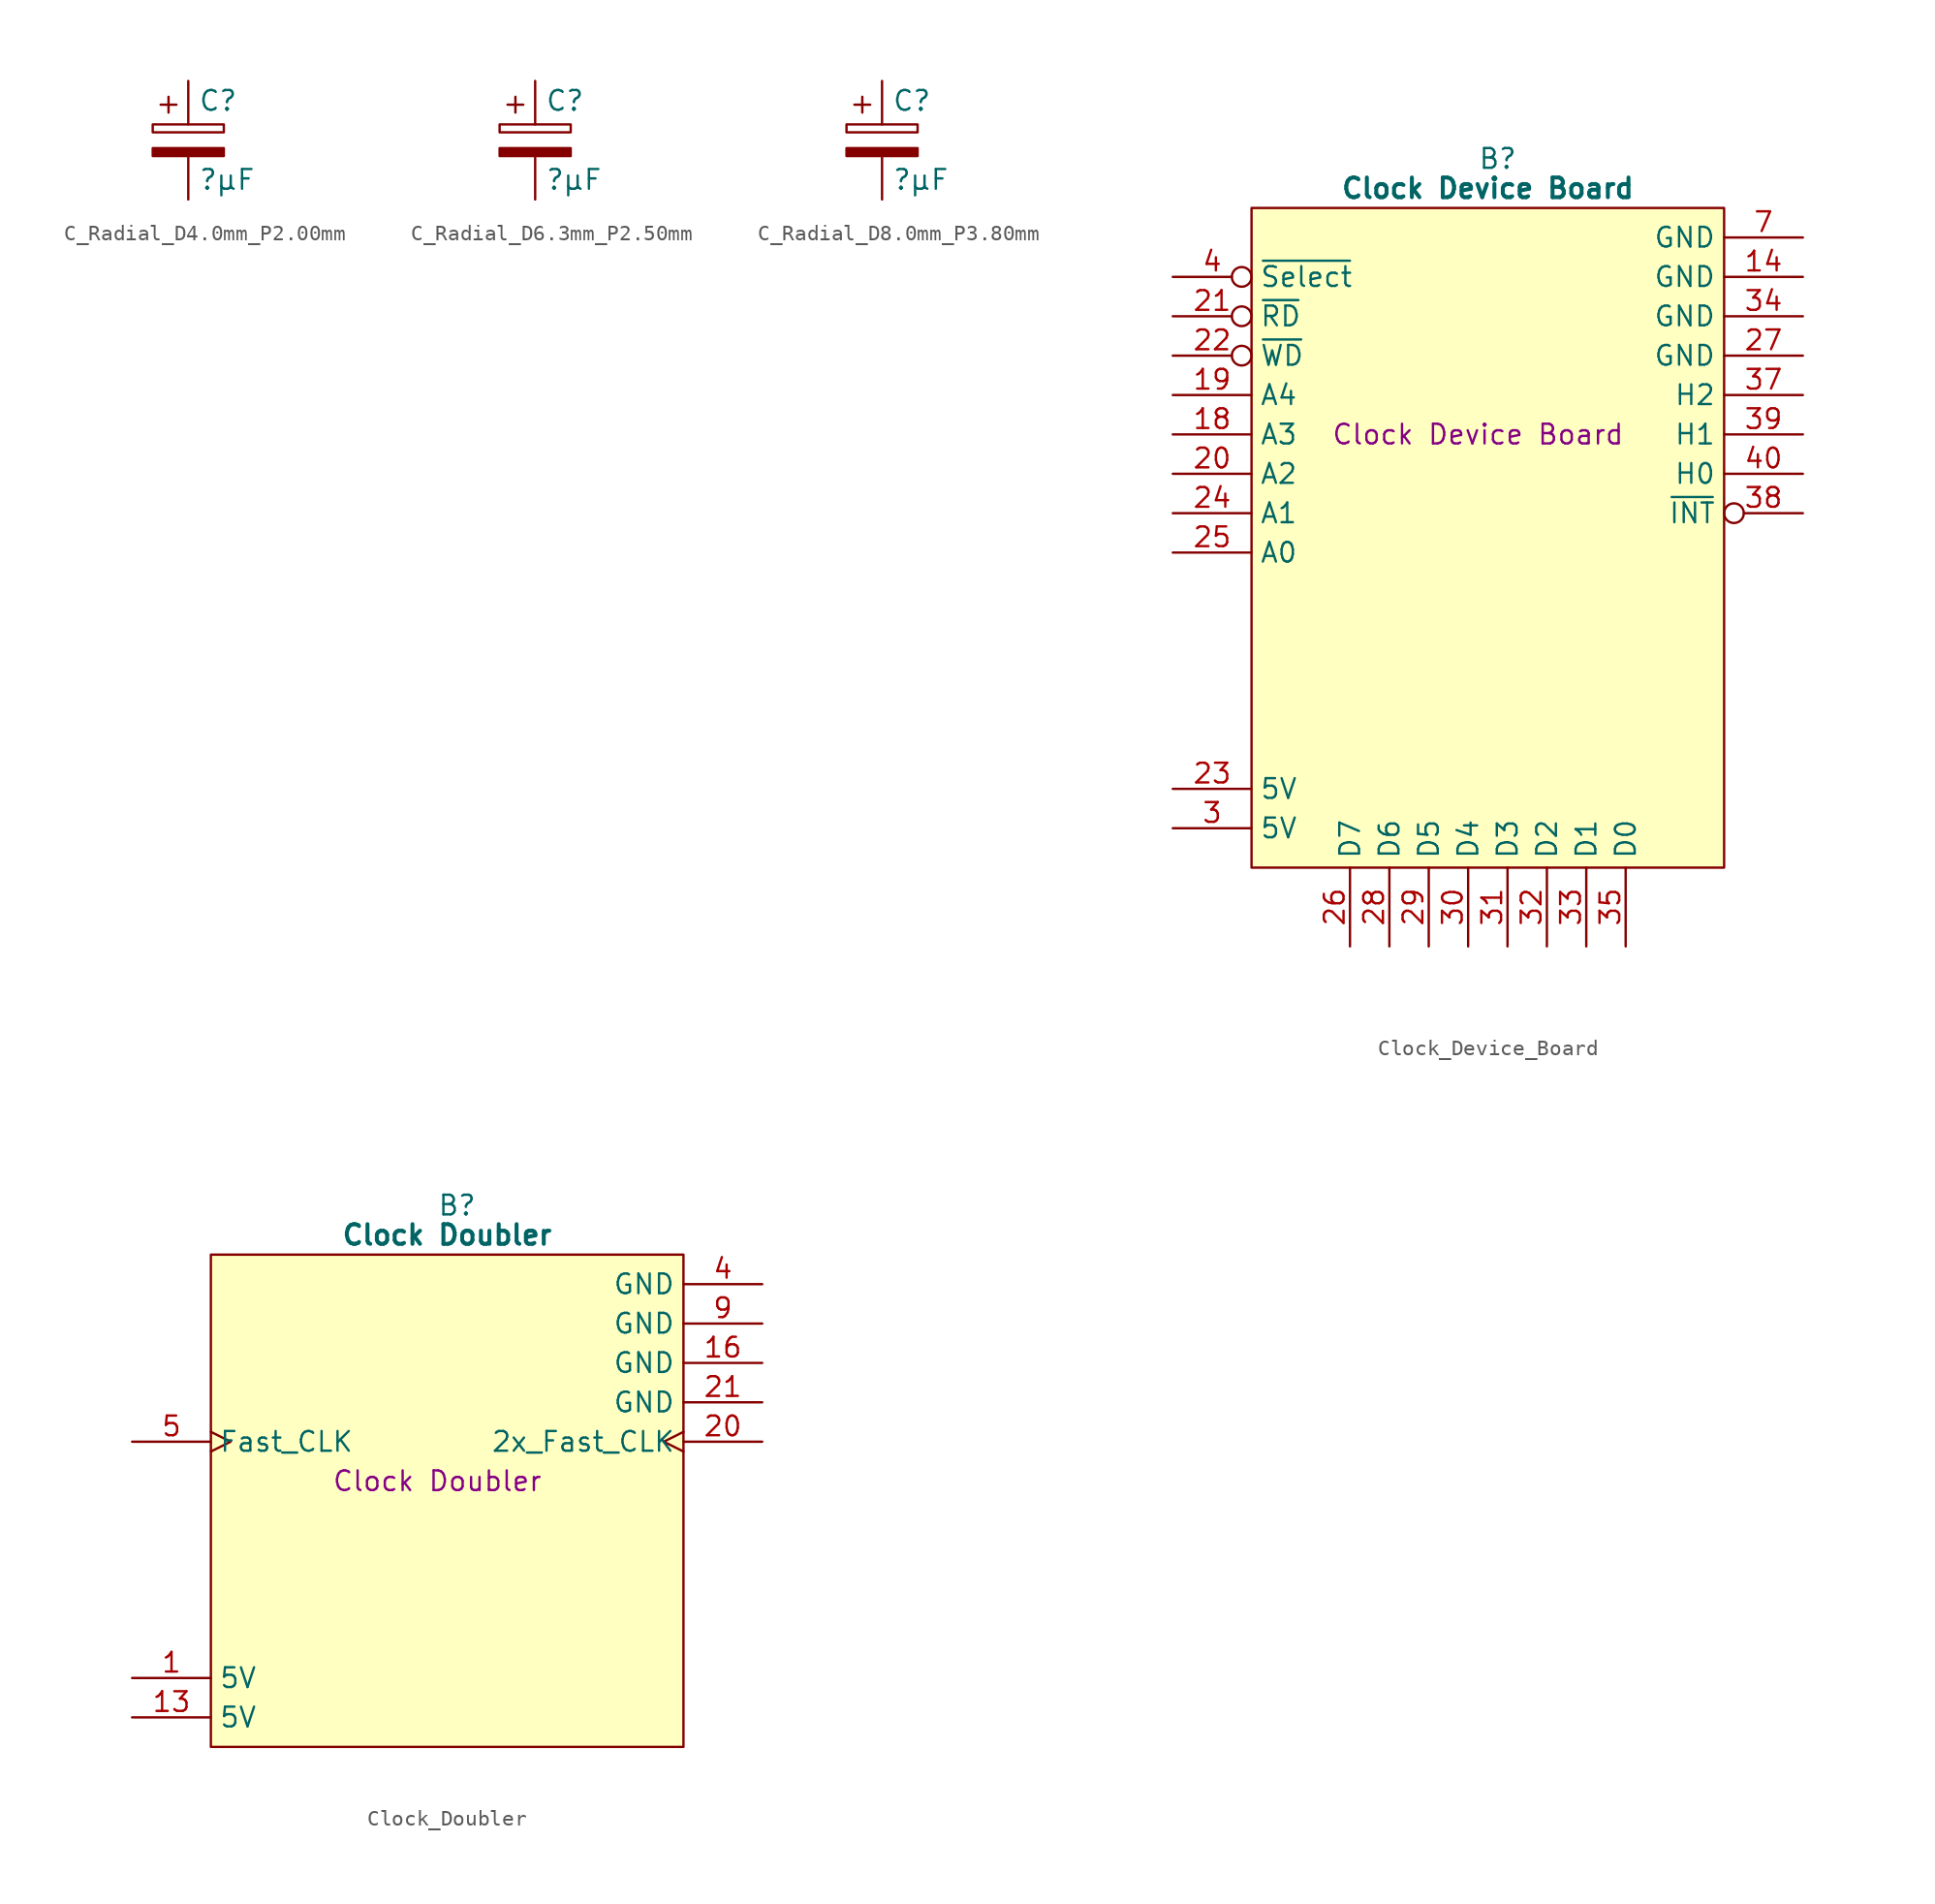
<source format=kicad_sym>
(kicad_symbol_lib
  (version 20241209)
  (generator "kicad_symbol_editor")
  (generator_version "9.0")
  (symbol "C_Radial_D4.0mm_P2.00mm"
    (pin_numbers
      (hide yes))
    (pin_names
      (offset 0.254))
    (property "Reference" "C"
      (at 0.635 2.54 0)
      (effects (font (size 1.27 1.27)) (justify left)))
    (property "Value" "?μF"
      (at 0.635 -2.54 0)
      (effects (font (size 1.27 1.27)) (justify left)))
    (symbol "C_Radial_D4.0mm_P2.00mm_0_1"
      (rectangle (start -2.286 0.508) (end 2.286 1.016) (stroke (width 0) (type default)) (fill (type none)))
      (polyline (pts (xy -1.778 2.286) (xy -0.762 2.286)) (stroke (width 0) (type default)) (fill (type none)))
      (polyline (pts (xy -1.27 2.794) (xy -1.27 1.778)) (stroke (width 0) (type default)) (fill (type none)))
      (rectangle (start 2.286 -0.508) (end -2.286 -1.016) (stroke (width 0) (type default)) (fill (type outline))))
    (symbol "C_Radial_D4.0mm_P2.00mm_1_1"
      (pin passive line (at 0 3.81 270) (length 2.794) (name "~" (effects (font (size 1.27 1.27)))) (number "1" (effects (font (size 1.27 1.27)))))
      (pin passive line (at 0 -3.81 90) (length 2.794) (name "~" (effects (font (size 1.27 1.27)))) (number "2" (effects (font (size 1.27 1.27)))))))
  (symbol "C_Radial_D6.3mm_P2.50mm"
    (pin_numbers
      (hide yes))
    (pin_names
      (offset 0.254))
    (property "Reference" "C"
      (at 0.635 2.54 0)
      (effects (font (size 1.27 1.27)) (justify left)))
    (property "Value" "?μF"
      (at 0.635 -2.54 0)
      (effects (font (size 1.27 1.27)) (justify left)))
    (symbol "C_Radial_D6.3mm_P2.50mm_0_1"
      (rectangle (start -2.286 0.508) (end 2.286 1.016) (stroke (width 0) (type default)) (fill (type none)))
      (polyline (pts (xy -1.778 2.286) (xy -0.762 2.286)) (stroke (width 0) (type default)) (fill (type none)))
      (polyline (pts (xy -1.27 2.794) (xy -1.27 1.778)) (stroke (width 0) (type default)) (fill (type none)))
      (rectangle (start 2.286 -0.508) (end -2.286 -1.016) (stroke (width 0) (type default)) (fill (type outline))))
    (symbol "C_Radial_D6.3mm_P2.50mm_1_1"
      (pin passive line (at 0 3.81 270) (length 2.794) (name "~" (effects (font (size 1.27 1.27)))) (number "1" (effects (font (size 1.27 1.27)))))
      (pin passive line (at 0 -3.81 90) (length 2.794) (name "~" (effects (font (size 1.27 1.27)))) (number "2" (effects (font (size 1.27 1.27)))))))
  (symbol "C_Radial_D8.0mm_P3.80mm"
    (pin_numbers
      (hide yes))
    (pin_names
      (offset 0.254))
    (property "Reference" "C"
      (at 0.635 2.54 0)
      (effects (font (size 1.27 1.27)) (justify left)))
    (property "Value" "?μF"
      (at 0.635 -2.54 0)
      (effects (font (size 1.27 1.27)) (justify left)))
    (symbol "C_Radial_D8.0mm_P3.80mm_0_1"
      (rectangle (start -2.286 0.508) (end 2.286 1.016) (stroke (width 0) (type default)) (fill (type none)))
      (polyline (pts (xy -1.778 2.286) (xy -0.762 2.286)) (stroke (width 0) (type default)) (fill (type none)))
      (polyline (pts (xy -1.27 2.794) (xy -1.27 1.778)) (stroke (width 0) (type default)) (fill (type none)))
      (rectangle (start 2.286 -0.508) (end -2.286 -1.016) (stroke (width 0) (type default)) (fill (type outline))))
    (symbol "C_Radial_D8.0mm_P3.80mm_1_1"
      (pin passive line (at 0 3.81 270) (length 2.794) (name "~" (effects (font (size 1.27 1.27)))) (number "1" (effects (font (size 1.27 1.27)))))
      (pin passive line (at 0 -3.81 90) (length 2.794) (name "~" (effects (font (size 1.27 1.27)))) (number "2" (effects (font (size 1.27 1.27)))))))
  (symbol "Clock_Device_Board"
    (property "Reference" "B"
      (at 15.875 5.08 0)
      (effects (font (size 1.27 1.27))))
    (property "Value" "Clock Device Board"
      (at 15.24 3.175 0)
      (effects (font (size 1.27 1.27) (bold yes))))
    (property "Description" "Clock Device Board"
      (at 14.605 -12.7 0)
      (effects (font (size 1.27 1.27))))
    (symbol "Clock_Device_Board_0_1"
      (polyline (pts (xy 0 1.905) (xy 30.48 1.905) (xy 30.48 -40.64) (xy 0 -40.64) (xy 0 1.905)) (stroke (width 0.152) (type default)) (fill (type background))))
    (symbol "Clock_Device_Board_1_0"
      (pin input inverted (at -5.08 -7.62 0) (length 5.08) (name "~{WD}" (effects (font (size 1.27 1.27)))) (number "22" (effects (font (size 1.27 1.27)))))
      (pin input line (at -5.08 -17.78 0) (length 5.08) (name "A1" (effects (font (size 1.27 1.27)))) (number "24" (effects (font (size 1.27 1.27)))))
      (pin input line (at -5.08 -20.32 0) (length 5.08) (name "A0" (effects (font (size 1.27 1.27)))) (number "25" (effects (font (size 1.27 1.27)))))
      (pin passive line (at -5.08 -35.56 0) (length 5.08) (name "5V" (effects (font (size 1.27 1.27)))) (number "23" (effects (font (size 1.27 1.27)))))
      (pin tri_state line (at 6.35 -45.72 90) (length 5.08) (name "D7" (effects (font (size 1.27 1.27)))) (number "26" (effects (font (size 1.27 1.27)))))
      (pin tri_state line (at 8.89 -45.72 90) (length 5.08) (name "D6" (effects (font (size 1.27 1.27)))) (number "28" (effects (font (size 1.27 1.27)))))
      (pin tri_state line (at 11.43 -45.72 90) (length 5.08) (name "D5" (effects (font (size 1.27 1.27)))) (number "29" (effects (font (size 1.27 1.27)))))
      (pin passive line (at 35.56 -7.62 180) (length 5.08) (name "GND" (effects (font (size 1.27 1.27)))) (number "27" (effects (font (size 1.27 1.27))))))
    (symbol "Clock_Device_Board_1_1"
      (pin no_connect line (at -5.08 0 0) (length 5.08) (hide yes) (name "N.C." (effects (font (size 1.27 1.27)))) (number "15" (effects (font (size 1.27 1.27)))))
      (pin input inverted (at -5.08 -2.54 0) (length 5.08) (name "~{Select}" (effects (font (size 1.27 1.27)))) (number "4" (effects (font (size 1.27 1.27)))))
      (pin input inverted (at -5.08 -5.08 0) (length 5.08) (name "~{RD}" (effects (font (size 1.27 1.27)))) (number "21" (effects (font (size 1.27 1.27)))))
      (pin input line (at -5.08 -10.16 0) (length 5.08) (name "A4" (effects (font (size 1.27 1.27)))) (number "19" (effects (font (size 1.27 1.27)))))
      (pin input line (at -5.08 -12.7 0) (length 5.08) (name "A3" (effects (font (size 1.27 1.27)))) (number "18" (effects (font (size 1.27 1.27)))))
      (pin input line (at -5.08 -15.24 0) (length 5.08) (name "A2" (effects (font (size 1.27 1.27)))) (number "20" (effects (font (size 1.27 1.27)))))
      (pin no_connect line (at -5.08 -22.86 0) (length 5.08) (hide yes) (name "N.C." (effects (font (size 1.27 1.27)))) (number "5" (effects (font (size 1.27 1.27)))))
      (pin no_connect line (at -5.08 -25.4 0) (length 5.08) (hide yes) (name "N.C." (effects (font (size 1.27 1.27)))) (number "6" (effects (font (size 1.27 1.27)))))
      (pin no_connect line (at -5.08 -27.94 0) (length 5.08) (hide yes) (name "N.C." (effects (font (size 1.27 1.27)))) (number "8" (effects (font (size 1.27 1.27)))))
      (pin no_connect line (at -5.08 -30.48 0) (length 5.08) (hide yes) (name "N.C." (effects (font (size 1.27 1.27)))) (number "9" (effects (font (size 1.27 1.27)))))
      (pin no_connect line (at -5.08 -33.02 0) (length 5.08) (hide yes) (name "N.C." (effects (font (size 1.27 1.27)))) (number "10" (effects (font (size 1.27 1.27)))))
      (pin passive line (at -5.08 -38.1 0) (length 5.08) (name "5V" (effects (font (size 1.27 1.27)))) (number "3" (effects (font (size 1.27 1.27)))))
      (pin tri_state line (at 13.97 -45.72 90) (length 5.08) (name "D4" (effects (font (size 1.27 1.27)))) (number "30" (effects (font (size 1.27 1.27)))))
      (pin tri_state line (at 16.51 -45.72 90) (length 5.08) (name "D3" (effects (font (size 1.27 1.27)))) (number "31" (effects (font (size 1.27 1.27)))))
      (pin tri_state line (at 19.05 -45.72 90) (length 5.08) (name "D2" (effects (font (size 1.27 1.27)))) (number "32" (effects (font (size 1.27 1.27)))))
      (pin tri_state line (at 21.59 -45.72 90) (length 5.08) (name "D1" (effects (font (size 1.27 1.27)))) (number "33" (effects (font (size 1.27 1.27)))))
      (pin tri_state line (at 24.13 -45.72 90) (length 5.08) (name "D0" (effects (font (size 1.27 1.27)))) (number "35" (effects (font (size 1.27 1.27)))))
      (pin passive line (at 35.56 0 180) (length 5.08) (name "GND" (effects (font (size 1.27 1.27)))) (number "7" (effects (font (size 1.27 1.27)))))
      (pin passive line (at 35.56 -2.54 180) (length 5.08) (name "GND" (effects (font (size 1.27 1.27)))) (number "14" (effects (font (size 1.27 1.27)))))
      (pin passive line (at 35.56 -5.08 180) (length 5.08) (name "GND" (effects (font (size 1.27 1.27)))) (number "34" (effects (font (size 1.27 1.27)))))
      (pin tri_state line (at 35.56 -10.16 180) (length 5.08) (name "H2" (effects (font (size 1.27 1.27)))) (number "37" (effects (font (size 1.27 1.27)))))
      (pin tri_state line (at 35.56 -12.7 180) (length 5.08) (name "H1" (effects (font (size 1.27 1.27)))) (number "39" (effects (font (size 1.27 1.27)))))
      (pin tri_state line (at 35.56 -15.24 180) (length 5.08) (name "H0" (effects (font (size 1.27 1.27)))) (number "40" (effects (font (size 1.27 1.27)))))
      (pin output inverted (at 35.56 -17.78 180) (length 5.08) (name "~{INT}" (effects (font (size 1.27 1.27)))) (number "38" (effects (font (size 1.27 1.27)))))
      (pin no_connect line (at 35.56 -20.32 180) (length 5.08) (hide yes) (name "N.C." (effects (font (size 1.27 1.27)))) (number "12" (effects (font (size 1.27 1.27)))))
      (pin no_connect line (at 35.56 -22.86 180) (length 5.08) (hide yes) (name "N.C." (effects (font (size 1.27 1.27)))) (number "13" (effects (font (size 1.27 1.27)))))
      (pin no_connect line (at 35.56 -25.4 180) (length 5.08) (hide yes) (name "N.C." (effects (font (size 1.27 1.27)))) (number "36" (effects (font (size 1.27 1.27)))))
      (pin no_connect line (at 35.56 -27.94 180) (length 5.08) (hide yes) (name "N.C." (effects (font (size 1.27 1.27)))) (number "16" (effects (font (size 1.27 1.27)))))
      (pin no_connect line (at 35.56 -30.48 180) (length 5.08) (hide yes) (name "N.C." (effects (font (size 1.27 1.27)))) (number "17" (effects (font (size 1.27 1.27)))))
      (pin no_connect line (at 35.56 -33.02 180) (length 5.08) (hide yes) (name "N.C." (effects (font (size 1.27 1.27)))) (number "11" (effects (font (size 1.27 1.27)))))
      (pin no_connect line (at 35.56 -35.56 180) (length 5.08) (hide yes) (name "N.C." (effects (font (size 1.27 1.27)))) (number "1" (effects (font (size 1.27 1.27)))))
      (pin no_connect line (at 35.56 -38.1 180) (length 5.08) (hide yes) (name "N.C." (effects (font (size 1.27 1.27)))) (number "2" (effects (font (size 1.27 1.27)))))))
  (symbol "Clock_Doubler"
    (property "Reference" "B"
      (at 15.875 5.08 0)
      (effects (font (size 1.27 1.27))))
    (property "Value" "Clock Doubler"
      (at 15.24 3.175 0)
      (effects (font (size 1.27 1.27) (bold yes))))
    (property "Description" "Clock Doubler"
      (at 14.605 -12.7 0)
      (effects (font (size 1.27 1.27))))
    (symbol "Clock_Doubler_0_1"
      (polyline (pts (xy 0 1.905) (xy 30.48 1.905) (xy 30.48 -29.845) (xy 0 -29.845) (xy 0 1.905)) (stroke (width 0.152) (type default)) (fill (type background))))
    (symbol "Clock_Doubler_1_1"
      (pin no_connect line (at -5.08 0 0) (length 5.08) (hide yes) (name "N.C." (effects (font (size 1.27 1.27)))) (number "2" (effects (font (size 1.27 1.27)))))
      (pin no_connect line (at -5.08 -2.54 0) (length 5.08) (hide yes) (name "N.C." (effects (font (size 1.27 1.27)))) (number "3" (effects (font (size 1.27 1.27)))))
      (pin no_connect line (at -5.08 -5.08 0) (length 5.08) (hide yes) (name "N.C." (effects (font (size 1.27 1.27)))) (number "6" (effects (font (size 1.27 1.27)))))
      (pin no_connect line (at -5.08 -7.62 0) (length 5.08) (hide yes) (name "N.C." (effects (font (size 1.27 1.27)))) (number "7" (effects (font (size 1.27 1.27)))))
      (pin input clock (at -5.08 -10.16 0) (length 5.08) (name "Fast_CLK" (effects (font (size 1.27 1.27)))) (number "5" (effects (font (size 1.27 1.27)))))
      (pin no_connect line (at -5.08 -12.7 0) (length 5.08) (hide yes) (name "N.C." (effects (font (size 1.27 1.27)))) (number "8" (effects (font (size 1.27 1.27)))))
      (pin no_connect line (at -5.08 -15.24 0) (length 5.08) (hide yes) (name "N.C." (effects (font (size 1.27 1.27)))) (number "10" (effects (font (size 1.27 1.27)))))
      (pin no_connect line (at -5.08 -17.78 0) (length 5.08) (hide yes) (name "N.C." (effects (font (size 1.27 1.27)))) (number "11" (effects (font (size 1.27 1.27)))))
      (pin no_connect line (at -5.08 -20.32 0) (length 5.08) (hide yes) (name "N.C." (effects (font (size 1.27 1.27)))) (number "12" (effects (font (size 1.27 1.27)))))
      (pin no_connect line (at -5.08 -22.86 0) (length 5.08) (hide yes) (name "N.C." (effects (font (size 1.27 1.27)))) (number "14" (effects (font (size 1.27 1.27)))))
      (pin passive line (at -5.08 -25.4 0) (length 5.08) (name "5V" (effects (font (size 1.27 1.27)))) (number "1" (effects (font (size 1.27 1.27)))))
      (pin passive line (at -5.08 -27.94 0) (length 5.08) (name "5V" (effects (font (size 1.27 1.27)))) (number "13" (effects (font (size 1.27 1.27)))))
      (pin passive line (at 35.56 0 180) (length 5.08) (name "GND" (effects (font (size 1.27 1.27)))) (number "4" (effects (font (size 1.27 1.27)))))
      (pin passive line (at 35.56 -2.54 180) (length 5.08) (name "GND" (effects (font (size 1.27 1.27)))) (number "9" (effects (font (size 1.27 1.27)))))
      (pin passive line (at 35.56 -5.08 180) (length 5.08) (name "GND" (effects (font (size 1.27 1.27)))) (number "16" (effects (font (size 1.27 1.27)))))
      (pin passive line (at 35.56 -7.62 180) (length 5.08) (name "GND" (effects (font (size 1.27 1.27)))) (number "21" (effects (font (size 1.27 1.27)))))
      (pin output clock (at 35.56 -10.16 180) (length 5.08) (name "2x_Fast_CLK" (effects (font (size 1.27 1.27)))) (number "20" (effects (font (size 1.27 1.27)))))
      (pin no_connect line (at 35.56 -12.7 180) (length 5.08) (hide yes) (name "N.C." (effects (font (size 1.27 1.27)))) (number "15" (effects (font (size 1.27 1.27)))))
      (pin no_connect line (at 35.56 -15.24 180) (length 5.08) (hide yes) (name "N.C." (effects (font (size 1.27 1.27)))) (number "17" (effects (font (size 1.27 1.27)))))
      (pin no_connect line (at 35.56 -17.78 180) (length 5.08) (hide yes) (name "N.C." (effects (font (size 1.27 1.27)))) (number "18" (effects (font (size 1.27 1.27)))))
      (pin no_connect line (at 35.56 -20.32 180) (length 5.08) (hide yes) (name "N.C." (effects (font (size 1.27 1.27)))) (number "19" (effects (font (size 1.27 1.27)))))
      (pin no_connect line (at 35.56 -22.86 180) (length 5.08) (hide yes) (name "N.C." (effects (font (size 1.27 1.27)))) (number "22" (effects (font (size 1.27 1.27)))))
      (pin no_connect line (at 35.56 -25.4 180) (length 5.08) (hide yes) (name "N.C." (effects (font (size 1.27 1.27)))) (number "23" (effects (font (size 1.27 1.27)))))
      (pin no_connect line (at 35.56 -27.94 180) (length 5.08) (hide yes) (name "N.C." (effects (font (size 1.27 1.27)))) (number "24" (effects (font (size 1.27 1.27))))))))
</source>
